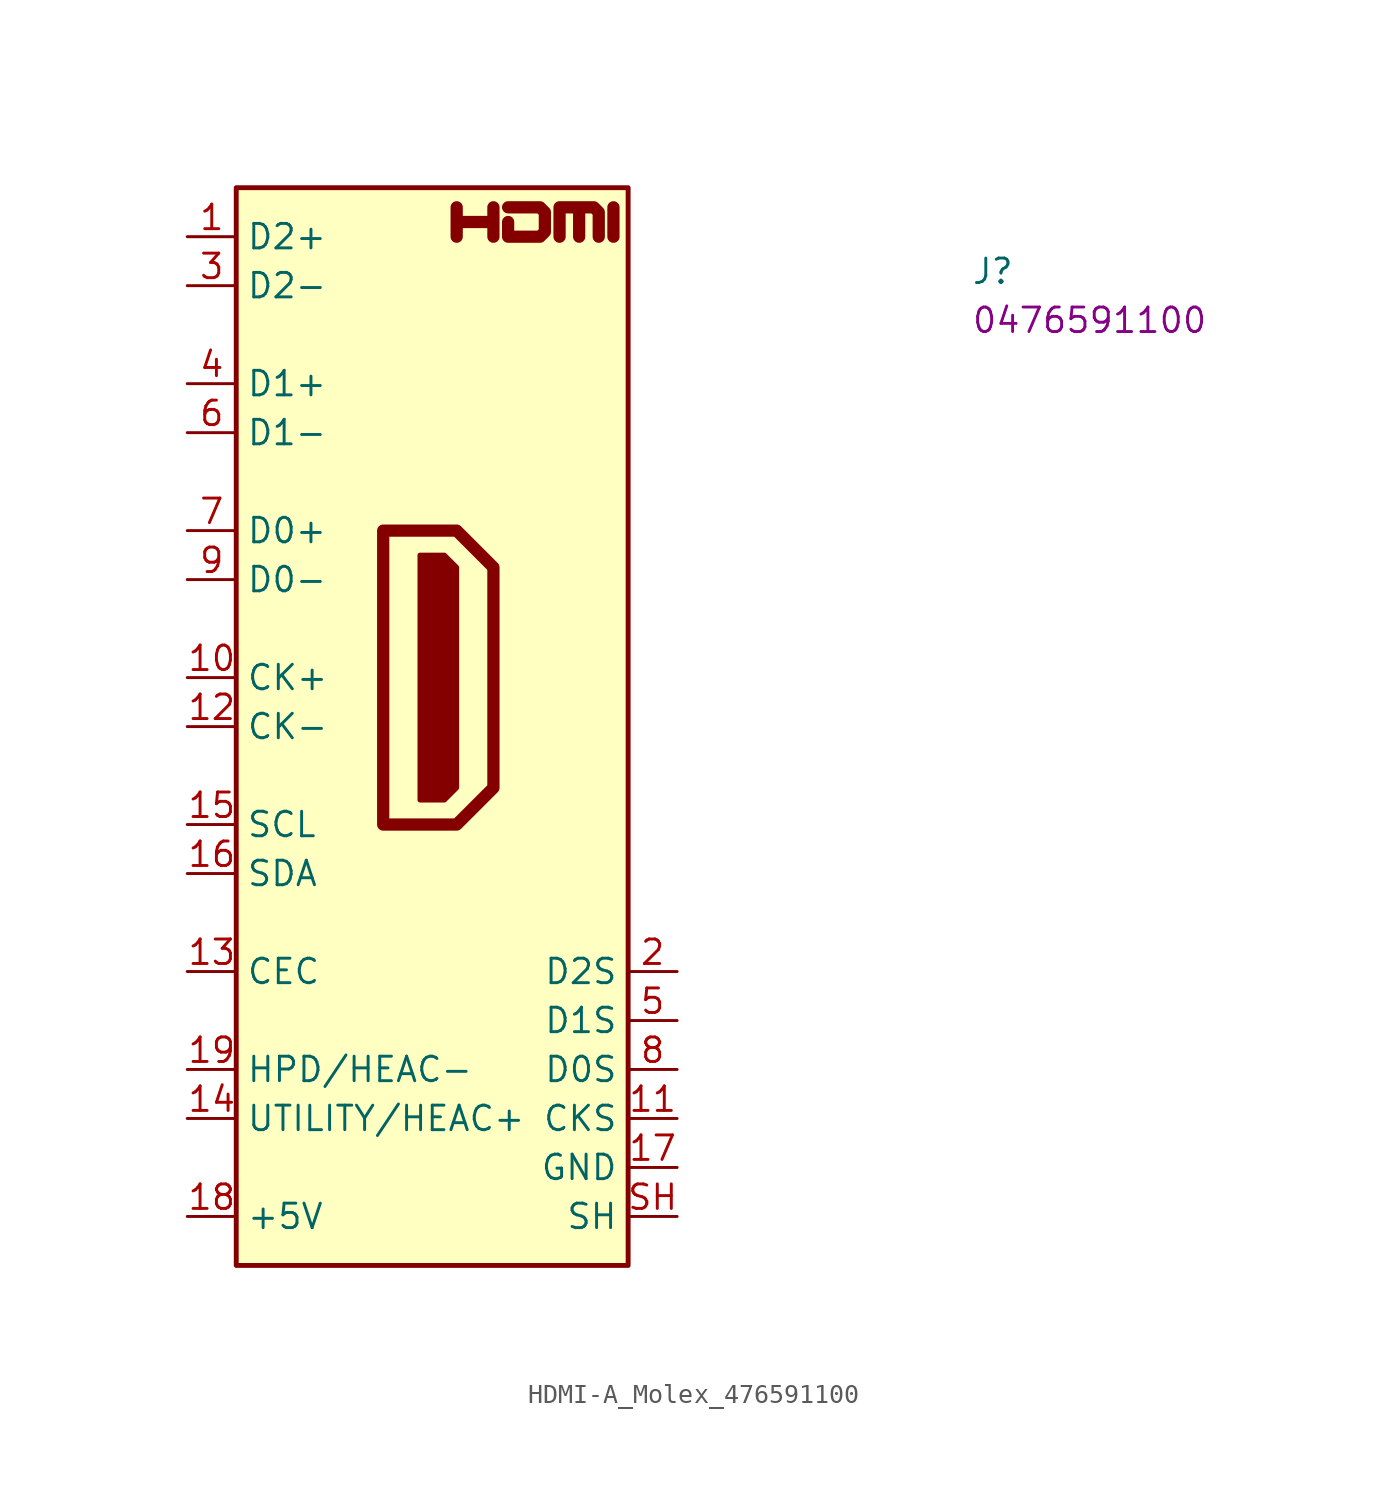
<source format=kicad_sym>
(kicad_symbol_lib
  (version 20220914)
  (generator kicad_symbol_editor)
  (symbol "HDMI-A_Molex_476591100"
    (property "Reference" "J"
      (at 40.64 -2.54 0)
      (effects (font (size 1.27 1.27) (thickness 0.15)) (justify left bottom)))
    (property "MPN" "0476591100"
      (at 40.64 -5.08 0)
      (effects (font (size 1.27 1.27) (thickness 0.15)) (justify left bottom)))
    (symbol "HDMI-A_Molex_476591100_0_0"
      (polyline (pts (xy 22.098 0) (xy 22.098 1.524)) (stroke (width 0.635) (type default)) (fill (type none)))
      (polyline (pts (xy 13.97 0) (xy 13.97 1.524) (xy 13.97 0.762) (xy 15.875 0.762) (xy 15.875 1.524) (xy 15.875 0)) (stroke (width 0.635) (type default)) (fill (type none)))
      (polyline (pts (xy 16.637 1.524) (xy 18.288 1.524) (xy 18.542 1.27) (xy 18.542 0.254) (xy 18.288 0) (xy 16.637 0) (xy 16.637 0.762)) (stroke (width 0.635) (type default)) (fill (type none))))
    (symbol "HDMI-A_Molex_476591100_0_1"
      (polyline (pts (xy 10.16 -15.24) (xy 13.97 -15.24) (xy 15.875 -17.145) (xy 15.875 -28.575) (xy 13.97 -30.48) (xy 10.16 -30.48) (xy 10.16 -15.24)) (stroke (width 0.635) (type default)) (fill (type none)))
      (polyline (pts (xy 12.065 -16.51) (xy 13.335 -16.51) (xy 13.97 -17.145) (xy 13.97 -28.575) (xy 13.335 -29.21) (xy 12.065 -29.21) (xy 12.065 -16.51)) (stroke (width 0.254) (type default)) (fill (type outline)))
      (polyline (pts (xy 19.304 0) (xy 19.304 1.524) (xy 20.32 1.524) (xy 20.32 0) (xy 20.32 1.524) (xy 21.082 1.524) (xy 21.336 1.27) (xy 21.336 0)) (stroke (width 0.635) (type default)) (fill (type none))))
    (symbol "HDMI-A_Molex_476591100_1_1"
      (rectangle (start 2.54 2.54) (end 22.86 -53.34) (stroke (width 0.254) (type default)) (fill (type background)))
      (pin bidirectional line (at 0 0 0) (length 2.54) (name "D2+" (effects (font (size 1.27 1.27)))) (number "1" (effects (font (size 1.27 1.27)))))
      (pin bidirectional line (at 0 -22.86 0) (length 2.54) (name "CK+" (effects (font (size 1.27 1.27)))) (number "10" (effects (font (size 1.27 1.27)))))
      (pin passive line (at 25.4 -45.72 180) (length 2.54) (name "CKS" (effects (font (size 1.27 1.27)))) (number "11" (effects (font (size 1.27 1.27)))))
      (pin bidirectional line (at 0 -25.4 0) (length 2.54) (name "CK-" (effects (font (size 1.27 1.27)))) (number "12" (effects (font (size 1.27 1.27)))))
      (pin bidirectional line (at 0 -38.1 0) (length 2.54) (name "CEC" (effects (font (size 1.27 1.27)))) (number "13" (effects (font (size 1.27 1.27)))))
      (pin bidirectional line (at 0 -45.72 0) (length 2.54) (name "UTILITY/HEAC+" (effects (font (size 1.27 1.27)))) (number "14" (effects (font (size 1.27 1.27)))) (alternate "HEAC+" passive line) (alternate "UTILITY" passive line))
      (pin bidirectional line (at 0 -30.48 0) (length 2.54) (name "SCL" (effects (font (size 1.27 1.27)))) (number "15" (effects (font (size 1.27 1.27)))))
      (pin bidirectional line (at 0 -33.02 0) (length 2.54) (name "SDA" (effects (font (size 1.27 1.27)))) (number "16" (effects (font (size 1.27 1.27)))))
      (pin power_in line (at 25.4 -48.26 180) (length 2.54) (name "GND" (effects (font (size 1.27 1.27)))) (number "17" (effects (font (size 1.27 1.27)))))
      (pin power_in line (at 0 -50.8 0) (length 2.54) (name "+5V" (effects (font (size 1.27 1.27)))) (number "18" (effects (font (size 1.27 1.27)))))
      (pin bidirectional line (at 0 -43.18 0) (length 2.54) (name "HPD/HEAC-" (effects (font (size 1.27 1.27)))) (number "19" (effects (font (size 1.27 1.27)))) (alternate "HEAC-" passive line) (alternate "HPD" passive line))
      (pin passive line (at 25.4 -38.1 180) (length 2.54) (name "D2S" (effects (font (size 1.27 1.27)))) (number "2" (effects (font (size 1.27 1.27)))))
      (pin bidirectional line (at 0 -2.54 0) (length 2.54) (name "D2-" (effects (font (size 1.27 1.27)))) (number "3" (effects (font (size 1.27 1.27)))))
      (pin bidirectional line (at 0 -7.62 0) (length 2.54) (name "D1+" (effects (font (size 1.27 1.27)))) (number "4" (effects (font (size 1.27 1.27)))))
      (pin passive line (at 25.4 -40.64 180) (length 2.54) (name "D1S" (effects (font (size 1.27 1.27)))) (number "5" (effects (font (size 1.27 1.27)))))
      (pin bidirectional line (at 0 -10.16 0) (length 2.54) (name "D1-" (effects (font (size 1.27 1.27)))) (number "6" (effects (font (size 1.27 1.27)))))
      (pin bidirectional line (at 0 -15.24 0) (length 2.54) (name "D0+" (effects (font (size 1.27 1.27)))) (number "7" (effects (font (size 1.27 1.27)))))
      (pin passive line (at 25.4 -43.18 180) (length 2.54) (name "D0S" (effects (font (size 1.27 1.27)))) (number "8" (effects (font (size 1.27 1.27)))))
      (pin bidirectional line (at 0 -17.78 0) (length 2.54) (name "D0-" (effects (font (size 1.27 1.27)))) (number "9" (effects (font (size 1.27 1.27)))))
      (pin passive line (at 25.4 -50.8 180) (length 2.54) (name "SH" (effects (font (size 1.27 1.27)))) (number "SH" (effects (font (size 1.27 1.27))))))))
</source>
